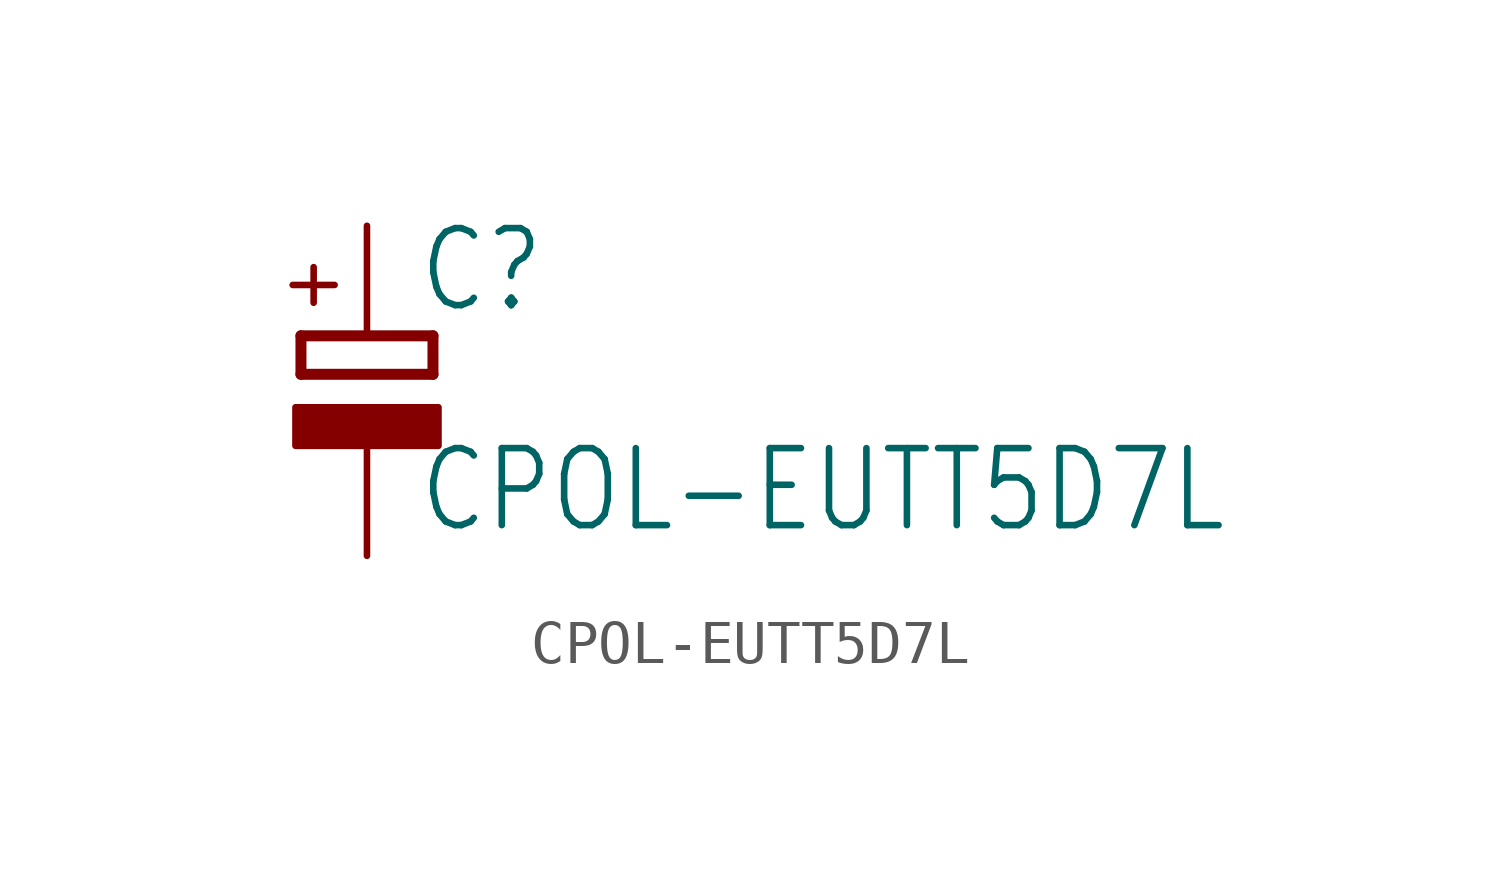
<source format=kicad_sym>
(kicad_symbol_lib
  (version 20220914)
  (generator kicad_symbol_editor)
  (symbol "CPOL-EUTT5D7L"
    (property "Reference" "C"
      (at 1.143 0.483 0)
      (effects (font (size 1.778 1.511)) (justify left bottom)))
    (property "Value" "CPOL-EUTT5D7L"
      (at 1.143 -4.597 0)
      (effects (font (size 1.778 1.511)) (justify left bottom)))
    (property "ki_locked" ""
      (at 0 0 0)
      (effects (font (size 1.27 1.27))))
    (symbol "CPOL-EUTT5D7L_1_0"
      (rectangle (start -1.651 -2.54) (end 1.651 -1.651) (stroke (width 0) (type default)) (fill (type outline)))
      (polyline (pts (xy -1.524 -0.889) (xy 1.524 -0.889)) (stroke (width 0.254) (type default)) (fill (type none)))
      (polyline (pts (xy -1.524 0) (xy -1.524 -0.889)) (stroke (width 0.254) (type default)) (fill (type none)))
      (polyline (pts (xy -1.524 0) (xy 1.524 0)) (stroke (width 0.254) (type default)) (fill (type none)))
      (polyline (pts (xy 1.524 -0.889) (xy 1.524 0)) (stroke (width 0.254) (type default)) (fill (type none)))
      (text "+" (at -0.584 0.406 900) (effects (font (size 1.27 1.079)) (justify left bottom)))
      (pin passive line (at 0 2.54 270) (length 2.54) (name "+" (effects (font (size 0 0)))) (number "+" (effects (font (size 0 0)))))
      (pin passive line (at 0 -5.08 90) (length 2.54) (name "-" (effects (font (size 0 0)))) (number "-" (effects (font (size 0 0))))))))
</source>
